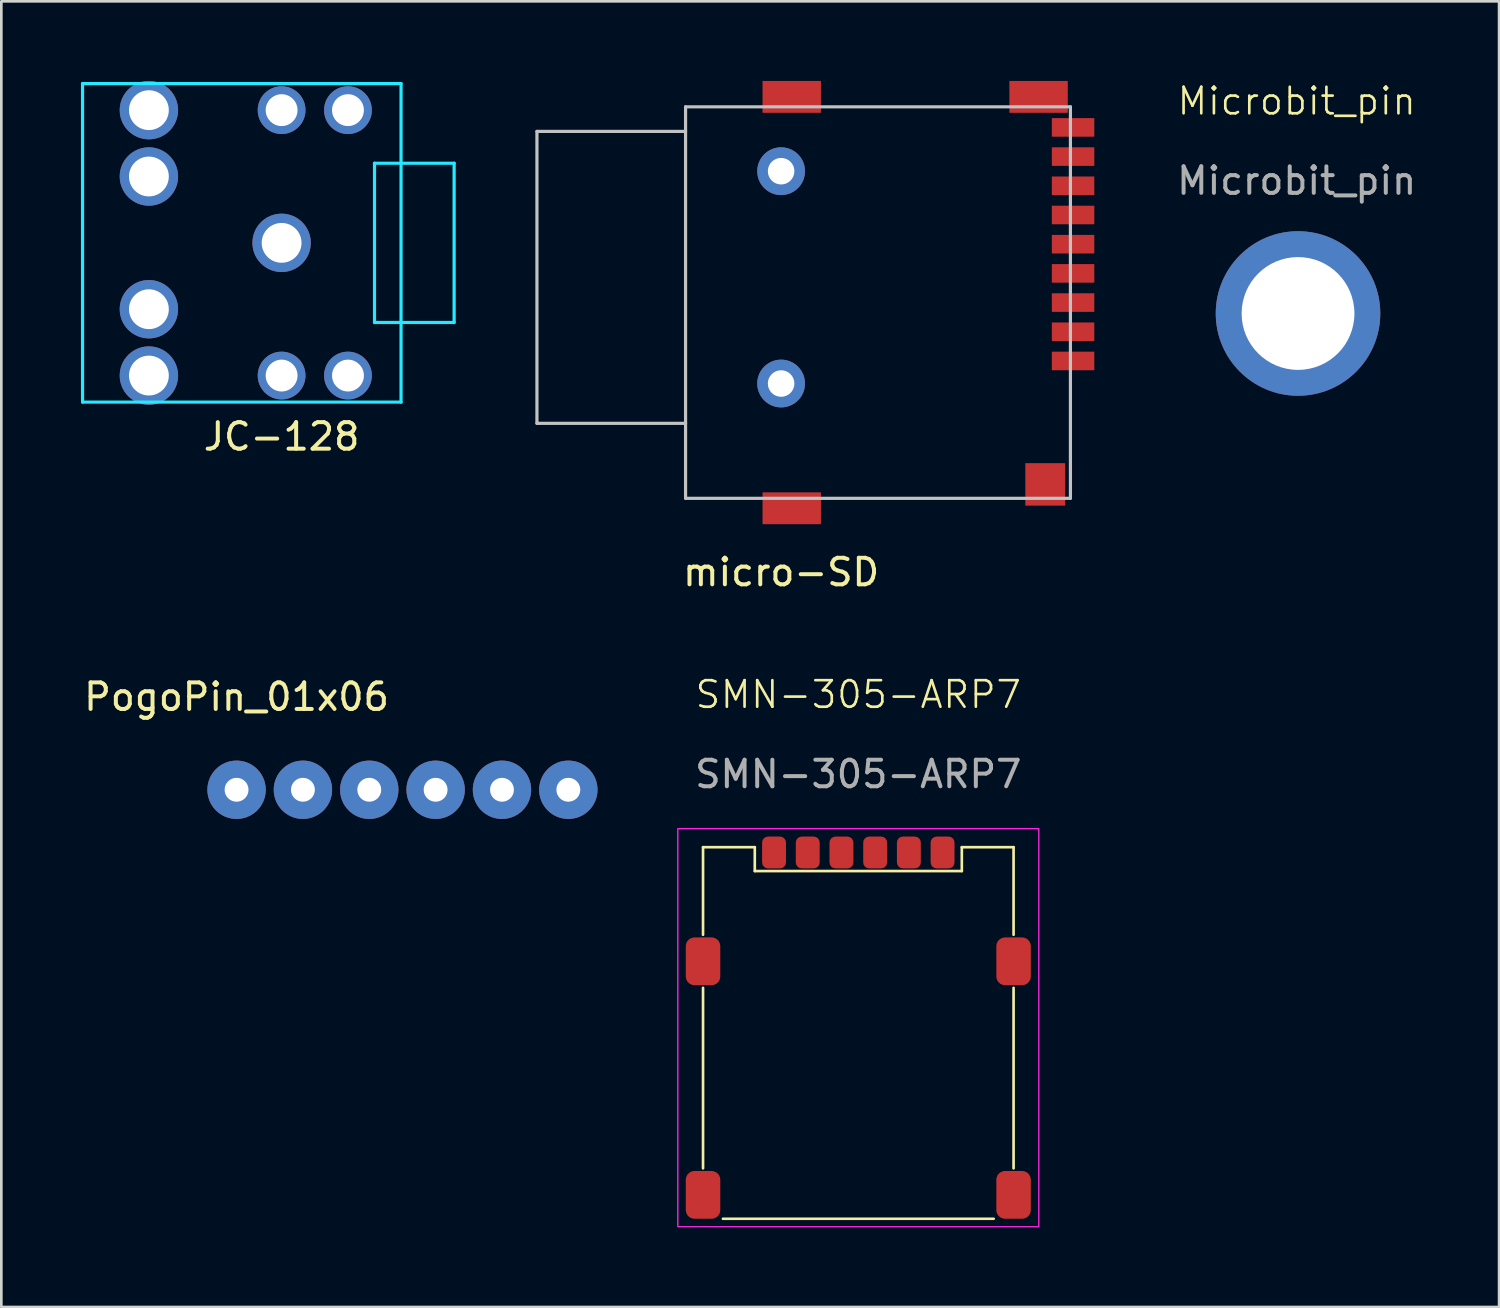
<source format=kicad_pcb>
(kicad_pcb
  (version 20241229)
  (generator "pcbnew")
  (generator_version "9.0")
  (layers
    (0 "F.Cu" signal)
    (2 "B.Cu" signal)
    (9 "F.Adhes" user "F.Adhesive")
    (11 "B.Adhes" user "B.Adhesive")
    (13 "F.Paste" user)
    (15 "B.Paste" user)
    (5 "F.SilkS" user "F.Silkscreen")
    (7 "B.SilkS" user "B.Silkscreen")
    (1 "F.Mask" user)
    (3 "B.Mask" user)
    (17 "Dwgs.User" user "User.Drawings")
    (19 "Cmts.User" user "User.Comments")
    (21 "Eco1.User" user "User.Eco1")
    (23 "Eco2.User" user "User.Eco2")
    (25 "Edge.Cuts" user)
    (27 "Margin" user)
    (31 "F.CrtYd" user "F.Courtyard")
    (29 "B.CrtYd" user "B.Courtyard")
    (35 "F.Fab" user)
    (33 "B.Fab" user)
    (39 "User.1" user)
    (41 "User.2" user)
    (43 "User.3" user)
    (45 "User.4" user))
  (footprint "SMN-305-ARP7"
    (layer "F.Cu")
    (at 29.288 33.169)
    (property "Reference" "SMN-305-ARP7" (at 0 -10.05 0) (unlocked yes) (layer "F.SilkS") (effects (font (size 1 1) (thickness 0.1))))
    (attr smd)
    (fp_line (start -5.85 -1) (end -5.85 -4.3) (stroke (width 0.1) (type default)) (layer "F.SilkS"))
    (fp_line (start -5.85 7.8) (end -5.85 1) (stroke (width 0.1) (type default)) (layer "F.SilkS"))
    (fp_line (start -5.1 9.7) (end 5.1 9.7) (stroke (width 0.1) (type default)) (layer "F.SilkS"))
    (fp_line (start -3.9 -4.3) (end -5.85 -4.3) (stroke (width 0.1) (type default)) (layer "F.SilkS"))
    (fp_line (start -3.9 -3.4) (end -3.9 -4.3) (stroke (width 0.1) (type default)) (layer "F.SilkS"))
    (fp_line (start 3.9 -4.3) (end 3.9 -3.4) (stroke (width 0.1) (type default)) (layer "F.SilkS"))
    (fp_line (start 3.9 -3.4) (end -3.9 -3.4) (stroke (width 0.1) (type default)) (layer "F.SilkS"))
    (fp_line (start 5.85 -4.3) (end 3.9 -4.3) (stroke (width 0.1) (type default)) (layer "F.SilkS"))
    (fp_line (start 5.85 -1) (end 5.85 -4.3) (stroke (width 0.1) (type default)) (layer "F.SilkS"))
    (fp_line (start 5.85 7.8) (end 5.85 1) (stroke (width 0.1) (type default)) (layer "F.SilkS"))
    (fp_rect (start 6.8 10) (end -6.8 -5) (stroke (width 0.05) (type default)) (fill no) (layer "F.CrtYd"))
    (fp_text user "${REFERENCE}" (at 0 -7.05 0) (unlocked yes) (layer "F.Fab") (effects (font (size 1 1) (thickness 0.15))))
    (pad "1" smd roundrect (at -3.175 -4.1) (size 0.9 1.2) (layers "F.Cu" "F.Mask" "F.Paste") (roundrect_rratio 0.25))
    (pad "2" smd roundrect (at -0.635 -4.1) (size 0.9 1.2) (layers "F.Cu" "F.Mask" "F.Paste") (roundrect_rratio 0.25))
    (pad "3" smd roundrect (at 1.905 -4.1) (size 0.9 1.2) (layers "F.Cu" "F.Mask" "F.Paste") (roundrect_rratio 0.25))
    (pad "5" smd roundrect (at -5.85 0) (size 1.3 1.8) (layers "F.Cu" "F.Mask" "F.Paste") (roundrect_rratio 0.25))
    (pad "5" smd roundrect (at -1.905 -4.1) (size 0.9 1.2) (layers "F.Cu" "F.Mask" "F.Paste") (roundrect_rratio 0.25))
    (pad "5" smd roundrect (at 5.85 0) (size 1.3 1.8) (layers "F.Cu" "F.Mask" "F.Paste") (roundrect_rratio 0.25))
    (pad "5" smd roundrect (at 5.85 8.8) (size 1.3 1.8) (layers "F.Cu" "F.Mask" "F.Paste") (roundrect_rratio 0.25))
    (pad "6" smd roundrect (at 0.635 -4.1) (size 0.9 1.2) (layers "F.Cu" "F.Mask" "F.Paste") (roundrect_rratio 0.25))
    (pad "7" smd roundrect (at 3.175 -4.1) (size 0.9 1.2) (layers "F.Cu" "F.Mask" "F.Paste") (roundrect_rratio 0.25))
    (pad "D" smd roundrect (at -5.85 8.8) (size 1.3 1.8) (layers "F.Cu" "F.Mask" "F.Paste") (roundrect_rratio 0.25)))
  (footprint "Microbit_pin"
    (layer "F.Cu")
    (at 45.855 8.761)
    (property "Reference" "Microbit_pin" (at -0.05 -8 0) (unlocked yes) (layer "F.SilkS") (effects (font (size 1 1) (thickness 0.1))))
    (attr through_hole)
    (fp_text user "${REFERENCE}" (at -0.05 -5 0) (unlocked yes) (layer "F.Fab") (effects (font (size 1 1) (thickness 0.15))))
    (pad "1" thru_hole circle (at 0 0 270) (size 6.2 6.2) (drill 4.25) (layers "*.Cu" "*.Mask")))
  (footprint "JC-128"
    (layer "F.Cu")
    (at 10.96 6.1)
    (property "Reference" "JC-128" (at -3.4 7.3 0) (layer "F.SilkS") (effects (font (size 1 1) (thickness 0.15))))
    (attr through_hole)
    (fp_line (start -10.9 -6) (end -10.9 6) (stroke (width 0.12) (type solid)) (layer "B.CrtYd"))
    (fp_line (start -10.9 6) (end 1.1 6) (stroke (width 0.12) (type solid)) (layer "B.CrtYd"))
    (fp_line (start 0.1 -3) (end 0.1 3) (stroke (width 0.12) (type solid)) (layer "B.CrtYd"))
    (fp_line (start 1.1 -6) (end -10.9 -6) (stroke (width 0.12) (type solid)) (layer "B.CrtYd"))
    (fp_line (start 1.1 6) (end 1.1 -6) (stroke (width 0.12) (type solid)) (layer "B.CrtYd"))
    (fp_line (start 3.1 -3) (end 0.1 -3) (stroke (width 0.12) (type solid)) (layer "B.CrtYd"))
    (fp_line (start 3.1 3) (end 0.1 3) (stroke (width 0.12) (type solid)) (layer "B.CrtYd"))
    (fp_line (start 3.1 3) (end 3.1 -3) (stroke (width 0.12) (type solid)) (layer "B.CrtYd"))
    (pad "-1" thru_hole circle (at -3.4 -5 1.5) (size 1.8 1.8) (drill 1.2) (layers "*.Cu" "*.Mask"))
    (pad "-1" thru_hole circle (at -3.4 5 1.5) (size 1.8 1.8) (drill 1.2) (layers "*.Cu" "*.Mask"))
    (pad "-1" thru_hole circle (at -0.9 -5 91.5) (size 1.8 1.8) (drill 1.2) (layers "*.Cu" "*.Mask"))
    (pad "-1" thru_hole circle (at -0.9 5 1.5) (size 1.8 1.8) (drill 1.2) (layers "*.Cu" "*.Mask"))
    (pad "1" thru_hole circle (at -3.4 0 1.5) (size 2.2 2.2) (drill 1.5) (layers "*.Cu" "*.Mask"))
    (pad "2" thru_hole circle (at -8.4 5 1.5) (size 2.2 2.2) (drill 1.5) (layers "*.Cu" "*.Mask"))
    (pad "3" thru_hole circle (at -8.4 2.5 1.5) (size 2.2 2.2) (drill 1.5) (layers "*.Cu" "*.Mask"))
    (pad "4" thru_hole circle (at -8.4 -2.5 1.5) (size 2.2 2.2) (drill 1.5) (layers "*.Cu" "*.Mask"))
    (pad "5" thru_hole circle (at -8.4 -5 1.5) (size 2.2 2.2) (drill 1.5) (layers "*.Cu" "*.Mask")))
  (footprint "PogoPin_01x06"
    (layer "F.Cu")
    (at 5.863 26.706)
    (property "Reference" "PogoPin_01x06" (at 0 -3.5 0) (unlocked yes) (layer "F.SilkS") (effects (font (size 1 1) (thickness 0.15))))
    (attr smd)
    (pad "1" thru_hole circle (at 0 0) (size 2.2 2.2) (drill 0.9) (layers "*.Cu" "*.Mask"))
    (pad "2" thru_hole circle (at 2.5 0) (size 2.2 2.2) (drill 0.9) (layers "*.Cu" "*.Mask"))
    (pad "3" thru_hole circle (at 5 0) (size 2.2 2.2) (drill 0.9) (layers "*.Cu" "*.Mask"))
    (pad "4" thru_hole circle (at 7.5 0 90) (size 2.2 2.2) (drill 0.9) (layers "*.Cu" "*.Mask"))
    (pad "5" thru_hole circle (at 10 0) (size 2.2 2.2) (drill 0.9) (layers "*.Cu" "*.Mask"))
    (pad "6" thru_hole circle (at 12.5 0) (size 2.2 2.2) (drill 0.9) (layers "*.Cu" "*.Mask")))
  (footprint "micro-SD"
    (layer "F.Cu")
    (at 26.38 8.35)
    (property "Reference" "micro-SD" (at 0 10.16 0) (layer "F.SilkS") (effects (font (size 1 1) (thickness 0.15))))
    (attr through_hole)
    (fp_line (start -9.2 -6.45) (end -3.6 -6.45) (stroke (width 0.12) (type solid)) (layer "Dwgs.User"))
    (fp_line (start -9.2 4.55) (end -9.2 -6.45) (stroke (width 0.12) (type solid)) (layer "Dwgs.User"))
    (fp_line (start -3.6 -7.375) (end -3.6 7.375) (stroke (width 0.12) (type solid)) (layer "Dwgs.User"))
    (fp_line (start -3.6 -7.375) (end 10.9 -7.375) (stroke (width 0.12) (type solid)) (layer "Dwgs.User"))
    (fp_line (start -3.6 4.55) (end -9.2 4.55) (stroke (width 0.12) (type solid)) (layer "Dwgs.User"))
    (fp_line (start -3.6 7.375) (end 10.9 7.375) (stroke (width 0.12) (type solid)) (layer "Dwgs.User"))
    (fp_line (start 10.9 7.375) (end 10.9 -7.375) (stroke (width 0.12) (type solid)) (layer "Dwgs.User"))
    (pad "-1" thru_hole circle (at 0 -4.95) (size 1.8 1.8) (drill 1) (layers "*.Cu" "*.Mask"))
    (pad "-1" thru_hole circle (at 0 3.05) (size 1.8 1.8) (drill 1) (layers "*.Cu" "*.Mask"))
    (pad "-1" smd rect (at 0.4 -7.75) (size 2.2 1.2) (layers "F.Cu" "F.Mask" "F.Paste"))
    (pad "-1" smd rect (at 0.4 7.75) (size 2.2 1.2) (layers "F.Cu" "F.Mask" "F.Paste"))
    (pad "-1" smd rect (at 9.7 -7.75) (size 2.2 1.2) (layers "F.Cu" "F.Mask" "F.Paste"))
    (pad "-1" smd rect (at 9.95 6.85) (size 1.5 1.6) (layers "F.Cu" "F.Mask" "F.Paste"))
    (pad "1" smd rect (at 11 2.2) (size 1.6 0.7) (layers "F.Cu" "F.Mask" "F.Paste"))
    (pad "2" smd rect (at 11 1.1) (size 1.6 0.7) (layers "F.Cu" "F.Mask" "F.Paste"))
    (pad "3" smd rect (at 11 0) (size 1.6 0.7) (layers "F.Cu" "F.Mask" "F.Paste"))
    (pad "4" smd rect (at 11 -1.1) (size 1.6 0.7) (layers "F.Cu" "F.Mask" "F.Paste"))
    (pad "5" smd rect (at 11 -2.2) (size 1.6 0.7) (layers "F.Cu" "F.Mask" "F.Paste"))
    (pad "6" smd rect (at 11 -3.3) (size 1.6 0.7) (layers "F.Cu" "F.Mask" "F.Paste"))
    (pad "7" smd rect (at 11 -4.4) (size 1.6 0.7) (layers "F.Cu" "F.Mask" "F.Paste"))
    (pad "8" smd rect (at 11 -5.5) (size 1.6 0.7) (layers "F.Cu" "F.Mask" "F.Paste"))
    (pad "9" smd rect (at 11 -6.6) (size 1.6 0.7) (layers "F.Cu" "F.Mask" "F.Paste")))
  (gr_rect
    (start -3 -3)
    (end 53.43 46.194)
    (stroke (width 0.1) (type default))
    (fill no)
    (layer "Edge.Cuts")))
</source>
